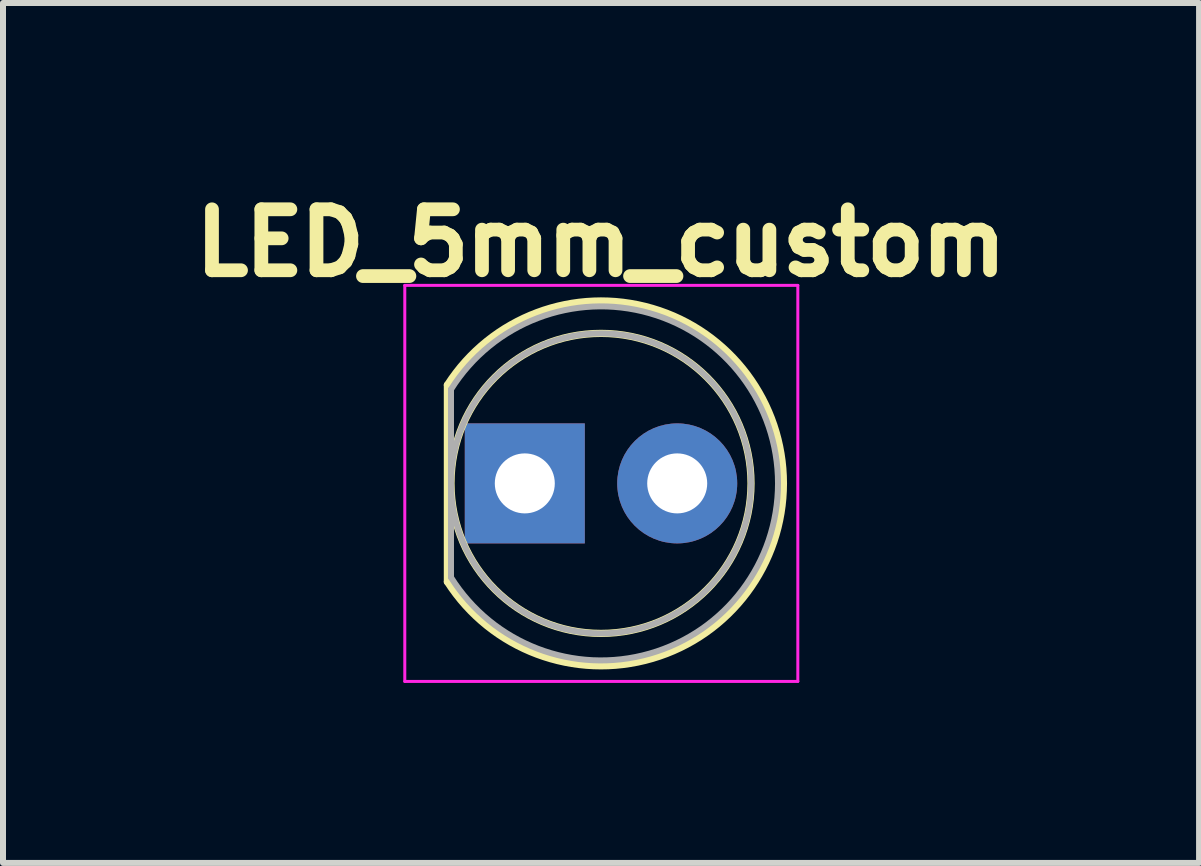
<source format=kicad_pcb>
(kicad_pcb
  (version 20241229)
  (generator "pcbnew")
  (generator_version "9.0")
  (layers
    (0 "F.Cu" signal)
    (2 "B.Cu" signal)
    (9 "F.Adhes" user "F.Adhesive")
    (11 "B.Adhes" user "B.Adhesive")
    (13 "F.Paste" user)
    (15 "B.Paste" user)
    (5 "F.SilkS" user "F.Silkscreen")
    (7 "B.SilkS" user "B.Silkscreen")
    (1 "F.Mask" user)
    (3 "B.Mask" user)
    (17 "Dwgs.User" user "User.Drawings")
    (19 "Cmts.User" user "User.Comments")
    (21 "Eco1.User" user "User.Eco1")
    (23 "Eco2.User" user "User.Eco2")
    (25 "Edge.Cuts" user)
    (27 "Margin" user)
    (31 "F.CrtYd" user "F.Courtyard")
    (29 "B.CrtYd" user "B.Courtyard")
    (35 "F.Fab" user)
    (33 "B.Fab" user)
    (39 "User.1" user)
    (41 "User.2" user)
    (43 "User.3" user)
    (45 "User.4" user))
  (footprint "LED_5mm_custom"
    (layer "F.Cu")
    (at 6.966 5.006)
    (property "Reference" "LED_5mm_custom" (at 0 -4.01 0) (layer "F.SilkS") (effects (font (size 1.016 1.016) (thickness 0.229))))
    (attr through_hole)
    (fp_line (start -2.56 -1.64) (end -2.56 1.64) (stroke (width 0.12) (type solid)) (layer "F.SilkS"))
    (fp_arc (start -2.56 -1.639512) (mid 0.855106 -2.917258) (end 3.039999 0.001958) (stroke (width 0.12) (type solid)) (layer "F.SilkS"))
    (fp_arc (start 3.039999 -0.001958) (mid 0.855106 2.917258) (end -2.56 1.639512) (stroke (width 0.12) (type solid)) (layer "F.SilkS"))
    (fp_circle (center 0 0) (end 2.5 0) (stroke (width 0.12) (type solid)) (fill no) (layer "F.SilkS"))
    (fp_line (start -3.27 -3.3) (end -3.27 3.3) (stroke (width 0.05) (type solid)) (layer "F.CrtYd"))
    (fp_line (start -3.27 3.3) (end 3.28 3.3) (stroke (width 0.05) (type solid)) (layer "F.CrtYd"))
    (fp_line (start 3.28 -3.3) (end -3.27 -3.3) (stroke (width 0.05) (type solid)) (layer "F.CrtYd"))
    (fp_line (start 3.28 3.3) (end 3.28 -3.3) (stroke (width 0.05) (type solid)) (layer "F.CrtYd"))
    (fp_line (start -2.5 -1.566) (end -2.5 1.566) (stroke (width 0.1) (type solid)) (layer "F.Fab"))
    (fp_arc (start -2.5 -1.566046) (mid 2.95 0.00071) (end -2.500753 1.564843) (stroke (width 0.1) (type solid)) (layer "F.Fab"))
    (fp_circle (center 0 0) (end 2.5 0) (stroke (width 0.1) (type solid)) (fill no) (layer "F.Fab"))
    (pad "1" thru_hole rect (at -1.27 0) (size 2 2) (drill 1) (layers "*.Cu" "*.Mask"))
    (pad "2" thru_hole circle (at 1.27 0) (size 2 2) (drill 1) (layers "*.Cu" "*.Mask")))
  (gr_rect
    (start -3 -3)
    (end 16.933 11.331)
    (stroke (width 0.1) (type default))
    (fill no)
    (layer "Edge.Cuts")))
</source>
